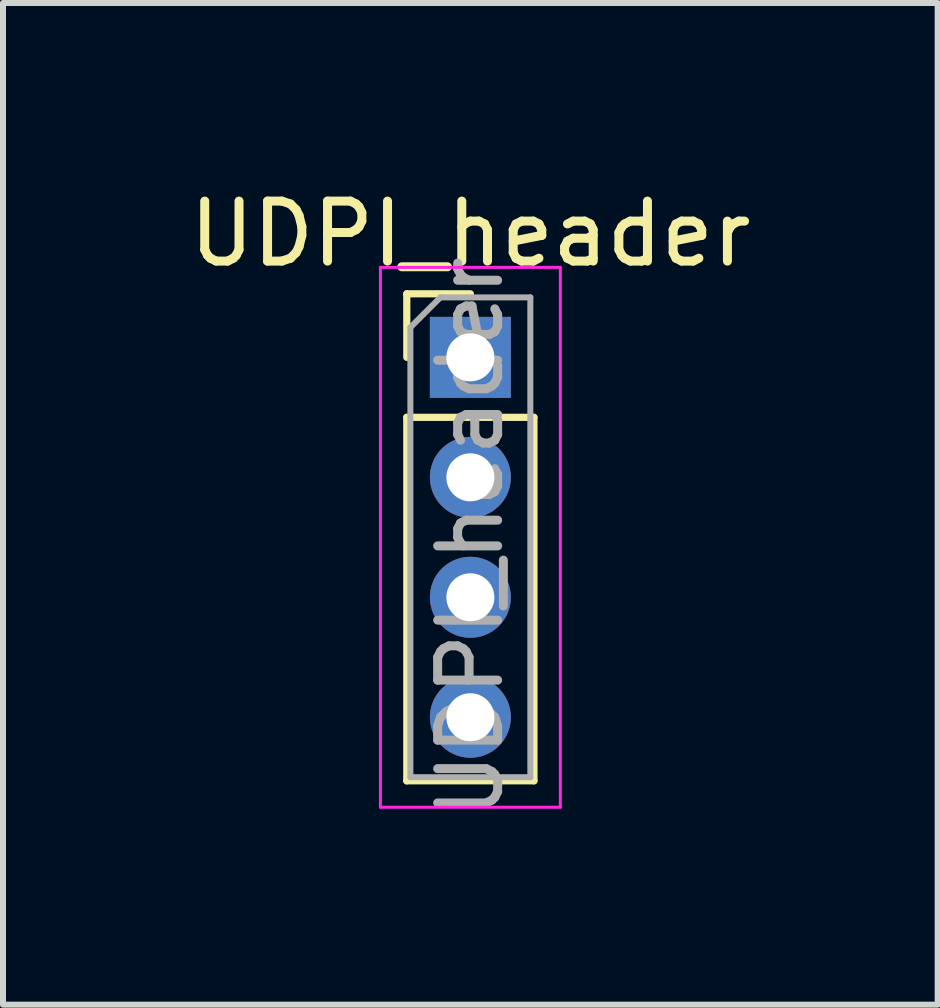
<source format=kicad_pcb>
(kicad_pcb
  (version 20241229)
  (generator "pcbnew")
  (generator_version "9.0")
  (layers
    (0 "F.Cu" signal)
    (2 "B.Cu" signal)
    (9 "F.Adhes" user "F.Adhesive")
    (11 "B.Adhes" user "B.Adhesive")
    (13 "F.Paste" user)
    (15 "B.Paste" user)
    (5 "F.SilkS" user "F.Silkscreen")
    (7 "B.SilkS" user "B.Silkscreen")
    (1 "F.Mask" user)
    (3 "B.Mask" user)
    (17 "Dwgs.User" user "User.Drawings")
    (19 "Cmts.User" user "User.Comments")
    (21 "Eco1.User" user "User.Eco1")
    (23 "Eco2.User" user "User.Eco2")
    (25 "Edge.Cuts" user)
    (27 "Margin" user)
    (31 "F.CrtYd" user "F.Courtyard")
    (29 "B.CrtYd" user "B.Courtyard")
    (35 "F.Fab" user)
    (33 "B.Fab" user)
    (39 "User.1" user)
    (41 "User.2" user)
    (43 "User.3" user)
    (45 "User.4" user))
  (footprint "UDPI_header"
    (layer "F.Cu")
    (at 4.792 2.908)
    (property "Reference" "UDPI_header" (at 0 -2.06 0) (layer "F.SilkS") (effects (font (size 1 1) (thickness 0.15))))
    (attr through_hole)
    (fp_line (start -1.06 -1.06) (end 0 -1.06) (stroke (width 0.12) (type solid)) (layer "F.SilkS"))
    (fp_line (start -1.06 0) (end -1.06 -1.06) (stroke (width 0.12) (type solid)) (layer "F.SilkS"))
    (fp_line (start -1.06 1) (end -1.06 7.06) (stroke (width 0.12) (type solid)) (layer "F.SilkS"))
    (fp_line (start -1.06 1) (end 1.06 1) (stroke (width 0.12) (type solid)) (layer "F.SilkS"))
    (fp_line (start -1.06 7.06) (end 1.06 7.06) (stroke (width 0.12) (type solid)) (layer "F.SilkS"))
    (fp_line (start 1.06 1) (end 1.06 7.06) (stroke (width 0.12) (type solid)) (layer "F.SilkS"))
    (fp_line (start -1.5 -1.5) (end -1.5 7.5) (stroke (width 0.05) (type solid)) (layer "F.CrtYd"))
    (fp_line (start -1.5 7.5) (end 1.5 7.5) (stroke (width 0.05) (type solid)) (layer "F.CrtYd"))
    (fp_line (start 1.5 -1.5) (end -1.5 -1.5) (stroke (width 0.05) (type solid)) (layer "F.CrtYd"))
    (fp_line (start 1.5 7.5) (end 1.5 -1.5) (stroke (width 0.05) (type solid)) (layer "F.CrtYd"))
    (fp_line (start -1 -0.5) (end -0.5 -1) (stroke (width 0.1) (type solid)) (layer "F.Fab"))
    (fp_line (start -1 7) (end -1 -0.5) (stroke (width 0.1) (type solid)) (layer "F.Fab"))
    (fp_line (start -0.5 -1) (end 1 -1) (stroke (width 0.1) (type solid)) (layer "F.Fab"))
    (fp_line (start 1 -1) (end 1 7) (stroke (width 0.1) (type solid)) (layer "F.Fab"))
    (fp_line (start 1 7) (end -1 7) (stroke (width 0.1) (type solid)) (layer "F.Fab"))
    (fp_text user "${REFERENCE}" (at 0 3 270) (layer "F.Fab") (effects (font (size 1 1) (thickness 0.15))))
    (pad "1" thru_hole rect (at 0 0) (size 1.35 1.35) (drill 0.8) (layers "*.Cu" "*.Mask"))
    (pad "2" thru_hole oval (at 0 2) (size 1.35 1.35) (drill 0.8) (layers "*.Cu" "*.Mask"))
    (pad "3" thru_hole oval (at 0 4) (size 1.35 1.35) (drill 0.8) (layers "*.Cu" "*.Mask"))
    (pad "4" thru_hole oval (at 0 6) (size 1.35 1.35) (drill 0.8) (layers "*.Cu" "*.Mask")))
  (gr_rect
    (start -3 -3)
    (end 12.583 13.7)
    (stroke (width 0.1) (type default))
    (fill no)
    (layer "Edge.Cuts")))
</source>
